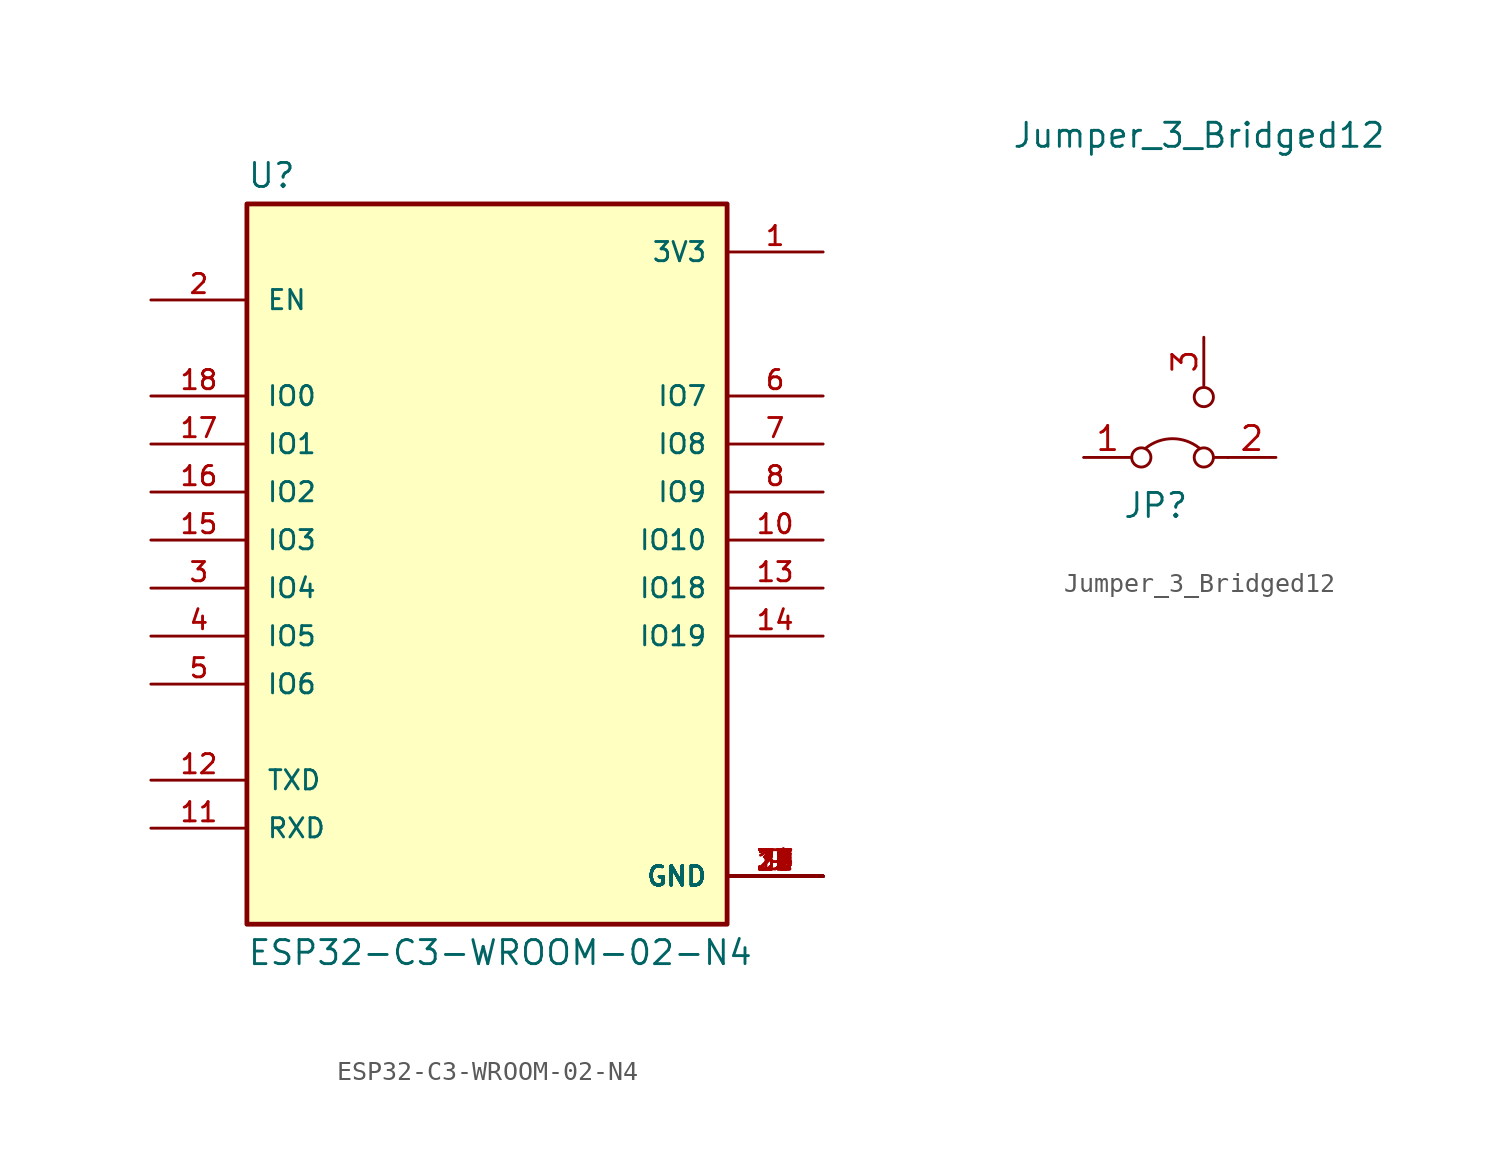
<source format=kicad_sym>
(kicad_symbol_lib
  (version 20231120)
  (generator "kicad_symbol_editor")
  (generator_version "8.0")
  (symbol "ESP32-C3-WROOM-02-N4"
    (pin_names
      (offset 1.016))
    (property "Reference" "U"
      (at -12.7 21.082 0)
      (effects (font (size 1.27 1.27)) (justify left bottom)))
    (property "Value" "ESP32-C3-WROOM-02-N4"
      (at -12.7 -18.542 0)
      (effects (font (size 1.27 1.27)) (justify left top)))
    (symbol "ESP32-C3-WROOM-02-N4_0_0"
      (rectangle (start -12.7 -17.78) (end 12.7 20.32) (stroke (width 0.254) (type default)) (fill (type background)))
      (pin power_in line (at 17.78 17.78 180) (length 5.08) (name "3V3" (effects (font (size 1.016 1.016)))) (number "1" (effects (font (size 1.016 1.016)))))
      (pin bidirectional line (at 17.78 2.54 180) (length 5.08) (name "IO10" (effects (font (size 1.016 1.016)))) (number "10" (effects (font (size 1.016 1.016)))))
      (pin bidirectional line (at -17.78 -12.7 0) (length 5.08) (name "RXD" (effects (font (size 1.016 1.016)))) (number "11" (effects (font (size 1.016 1.016)))))
      (pin bidirectional line (at -17.78 -10.16 0) (length 5.08) (name "TXD" (effects (font (size 1.016 1.016)))) (number "12" (effects (font (size 1.016 1.016)))))
      (pin bidirectional line (at 17.78 0 180) (length 5.08) (name "IO18" (effects (font (size 1.016 1.016)))) (number "13" (effects (font (size 1.016 1.016)))))
      (pin bidirectional line (at 17.78 -2.54 180) (length 5.08) (name "IO19" (effects (font (size 1.016 1.016)))) (number "14" (effects (font (size 1.016 1.016)))))
      (pin bidirectional line (at -17.78 2.54 0) (length 5.08) (name "IO3" (effects (font (size 1.016 1.016)))) (number "15" (effects (font (size 1.016 1.016)))))
      (pin bidirectional line (at -17.78 5.08 0) (length 5.08) (name "IO2" (effects (font (size 1.016 1.016)))) (number "16" (effects (font (size 1.016 1.016)))))
      (pin bidirectional line (at -17.78 7.62 0) (length 5.08) (name "IO1" (effects (font (size 1.016 1.016)))) (number "17" (effects (font (size 1.016 1.016)))))
      (pin bidirectional line (at -17.78 10.16 0) (length 5.08) (name "IO0" (effects (font (size 1.016 1.016)))) (number "18" (effects (font (size 1.016 1.016)))))
      (pin power_in line (at 17.78 -15.24 180) (length 5.08) (name "GND" (effects (font (size 1.016 1.016)))) (number "19" (effects (font (size 1.016 1.016)))))
      (pin input line (at -17.78 15.24 0) (length 5.08) (name "EN" (effects (font (size 1.016 1.016)))) (number "2" (effects (font (size 1.016 1.016)))))
      (pin power_in line (at 17.78 -15.24 180) (length 5.08) (name "GND" (effects (font (size 1.016 1.016)))) (number "20" (effects (font (size 1.016 1.016)))))
      (pin power_in line (at 17.78 -15.24 180) (length 5.08) (name "GND" (effects (font (size 1.016 1.016)))) (number "21" (effects (font (size 1.016 1.016)))))
      (pin power_in line (at 17.78 -15.24 180) (length 5.08) (name "GND" (effects (font (size 1.016 1.016)))) (number "22" (effects (font (size 1.016 1.016)))))
      (pin power_in line (at 17.78 -15.24 180) (length 5.08) (name "GND" (effects (font (size 1.016 1.016)))) (number "23" (effects (font (size 1.016 1.016)))))
      (pin power_in line (at 17.78 -15.24 180) (length 5.08) (name "GND" (effects (font (size 1.016 1.016)))) (number "24" (effects (font (size 1.016 1.016)))))
      (pin power_in line (at 17.78 -15.24 180) (length 5.08) (name "GND" (effects (font (size 1.016 1.016)))) (number "25" (effects (font (size 1.016 1.016)))))
      (pin power_in line (at 17.78 -15.24 180) (length 5.08) (name "GND" (effects (font (size 1.016 1.016)))) (number "26" (effects (font (size 1.016 1.016)))))
      (pin power_in line (at 17.78 -15.24 180) (length 5.08) (name "GND" (effects (font (size 1.016 1.016)))) (number "27" (effects (font (size 1.016 1.016)))))
      (pin power_in line (at 17.78 -15.24 180) (length 5.08) (name "GND" (effects (font (size 1.016 1.016)))) (number "28" (effects (font (size 1.016 1.016)))))
      (pin power_in line (at 17.78 -15.24 180) (length 5.08) (name "GND" (effects (font (size 1.016 1.016)))) (number "29" (effects (font (size 1.016 1.016)))))
      (pin bidirectional line (at -17.78 0 0) (length 5.08) (name "IO4" (effects (font (size 1.016 1.016)))) (number "3" (effects (font (size 1.016 1.016)))))
      (pin power_in line (at 17.78 -15.24 180) (length 5.08) (name "GND" (effects (font (size 1.016 1.016)))) (number "30" (effects (font (size 1.016 1.016)))))
      (pin power_in line (at 17.78 -15.24 180) (length 5.08) (name "GND" (effects (font (size 1.016 1.016)))) (number "31" (effects (font (size 1.016 1.016)))))
      (pin power_in line (at 17.78 -15.24 180) (length 5.08) (name "GND" (effects (font (size 1.016 1.016)))) (number "32" (effects (font (size 1.016 1.016)))))
      (pin power_in line (at 17.78 -15.24 180) (length 5.08) (name "GND" (effects (font (size 1.016 1.016)))) (number "33" (effects (font (size 1.016 1.016)))))
      (pin power_in line (at 17.78 -15.24 180) (length 5.08) (name "GND" (effects (font (size 1.016 1.016)))) (number "34" (effects (font (size 1.016 1.016)))))
      (pin power_in line (at 17.78 -15.24 180) (length 5.08) (name "GND" (effects (font (size 1.016 1.016)))) (number "35" (effects (font (size 1.016 1.016)))))
      (pin power_in line (at 17.78 -15.24 180) (length 5.08) (name "GND" (effects (font (size 1.016 1.016)))) (number "36" (effects (font (size 1.016 1.016)))))
      (pin power_in line (at 17.78 -15.24 180) (length 5.08) (name "GND" (effects (font (size 1.016 1.016)))) (number "37" (effects (font (size 1.016 1.016)))))
      (pin power_in line (at 17.78 -15.24 180) (length 5.08) (name "GND" (effects (font (size 1.016 1.016)))) (number "38" (effects (font (size 1.016 1.016)))))
      (pin power_in line (at 17.78 -15.24 180) (length 5.08) (name "GND" (effects (font (size 1.016 1.016)))) (number "39" (effects (font (size 1.016 1.016)))))
      (pin bidirectional line (at -17.78 -2.54 0) (length 5.08) (name "IO5" (effects (font (size 1.016 1.016)))) (number "4" (effects (font (size 1.016 1.016)))))
      (pin bidirectional line (at -17.78 -5.08 0) (length 5.08) (name "IO6" (effects (font (size 1.016 1.016)))) (number "5" (effects (font (size 1.016 1.016)))))
      (pin bidirectional line (at 17.78 10.16 180) (length 5.08) (name "IO7" (effects (font (size 1.016 1.016)))) (number "6" (effects (font (size 1.016 1.016)))))
      (pin bidirectional line (at 17.78 7.62 180) (length 5.08) (name "IO8" (effects (font (size 1.016 1.016)))) (number "7" (effects (font (size 1.016 1.016)))))
      (pin bidirectional line (at 17.78 5.08 180) (length 5.08) (name "IO9" (effects (font (size 1.016 1.016)))) (number "8" (effects (font (size 1.016 1.016)))))
      (pin power_in line (at 17.78 -15.24 180) (length 5.08) (name "GND" (effects (font (size 1.016 1.016)))) (number "9" (effects (font (size 1.016 1.016)))))))
  (symbol "Jumper_3_Bridged12"
    (pin_names
      (offset 0) hide)
    (property "Reference" "JP"
      (at -2.54 -2.54 0)
      (effects (font (size 1.27 1.27))))
    (property "Value" "Jumper_3_Bridged12"
      (at -0.254 17.018 0)
      (effects (font (size 1.27 1.27))))
    (symbol "Jumper_3_Bridged12_0_0"
      (circle (center -3.302 0) (radius 0.508) (stroke (width 0) (type default)) (fill (type none)))
      (circle (center 0 0) (radius 0.508) (stroke (width 0) (type default)) (fill (type none)))
      (circle (center 0 3.19) (radius 0.508) (stroke (width 0) (type default)) (fill (type none))))
    (symbol "Jumper_3_Bridged12_0_1"
      (arc (start -0.254 0.508) (mid -1.651 0.9912) (end -3.048 0.508) (stroke (width 0) (type default)) (fill (type none)))
      (polyline (pts (xy 1.27 0) (xy 0.508 0)) (stroke (width 0) (type default)) (fill (type none))))
    (symbol "Jumper_3_Bridged12_1_1"
      (pin input line (at -6.35 0 0) (length 2.54) (name "A" (effects (font (size 1.27 1.27)))) (number "1" (effects (font (size 1.27 1.27)))))
      (pin power_out line (at 3.81 0 180) (length 2.54) (name "C" (effects (font (size 1.27 1.27)))) (number "2" (effects (font (size 1.27 1.27)))))
      (pin input line (at 0 6.35 270) (length 2.54) (name "B" (effects (font (size 1.27 1.27)))) (number "3" (effects (font (size 1.27 1.27))))))))
</source>
